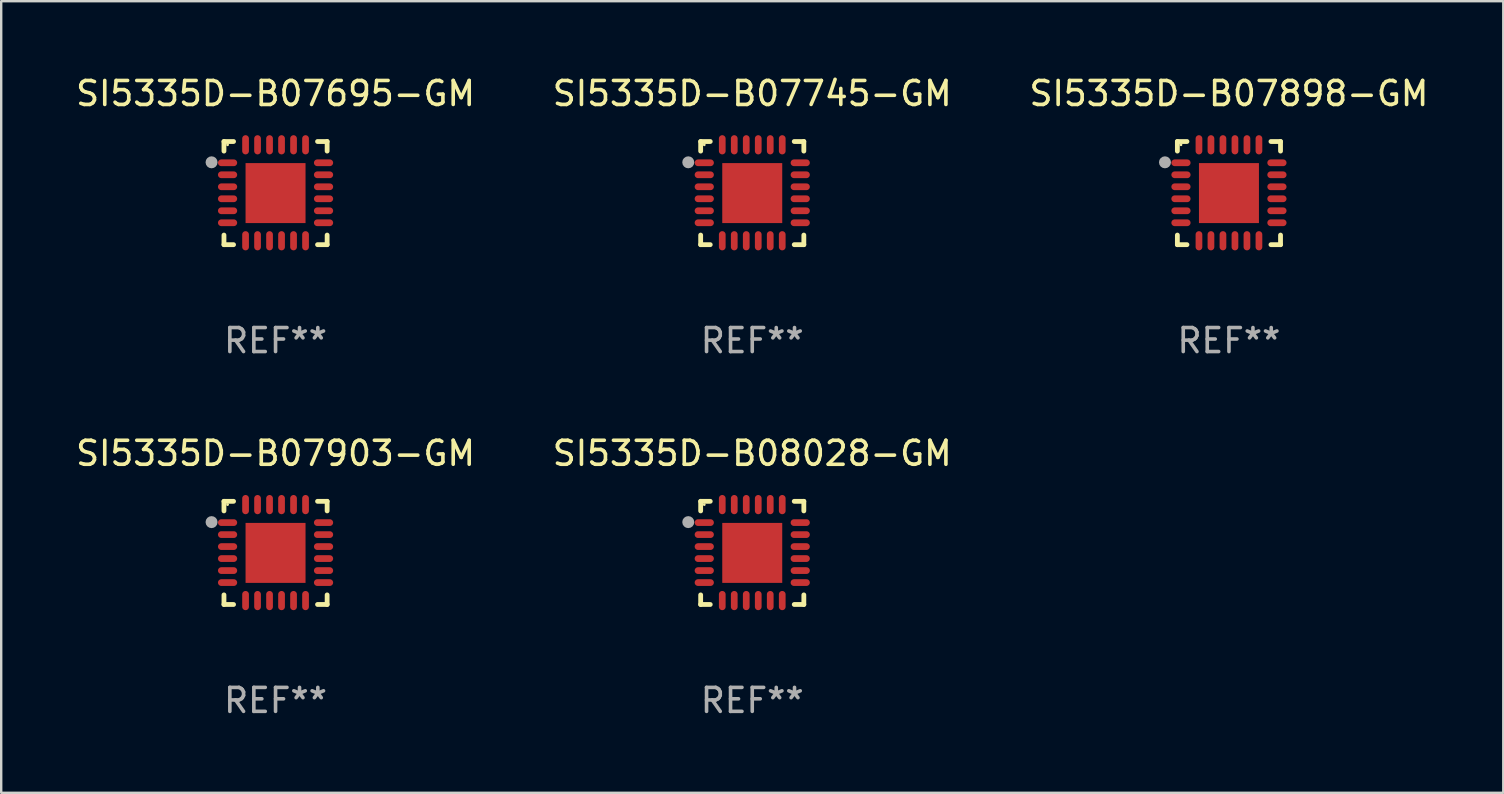
<source format=kicad_pcb>
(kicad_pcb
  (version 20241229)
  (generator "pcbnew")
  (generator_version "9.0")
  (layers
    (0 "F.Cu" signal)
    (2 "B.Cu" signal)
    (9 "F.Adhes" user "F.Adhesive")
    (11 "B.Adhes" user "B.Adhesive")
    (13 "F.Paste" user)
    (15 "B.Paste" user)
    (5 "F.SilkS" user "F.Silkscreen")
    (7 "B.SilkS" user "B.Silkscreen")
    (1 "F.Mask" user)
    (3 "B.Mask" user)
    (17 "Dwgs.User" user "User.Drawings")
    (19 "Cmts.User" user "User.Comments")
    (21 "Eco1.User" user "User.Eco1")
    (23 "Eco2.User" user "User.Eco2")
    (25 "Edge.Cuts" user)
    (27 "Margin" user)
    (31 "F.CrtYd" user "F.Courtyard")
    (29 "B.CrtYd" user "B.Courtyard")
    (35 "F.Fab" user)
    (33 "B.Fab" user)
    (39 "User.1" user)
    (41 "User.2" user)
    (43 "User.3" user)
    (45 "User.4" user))
  (footprint "SI5335D-B08028-GM"
    (layer "F.Cu")
    (at 28.304 19.995)
    (property "Reference" "SI5335D-B08028-GM" (at 0 -4.15 0) (layer "F.SilkS") (effects (font (size 1 1) (thickness 0.15))))
    (attr through_hole)
    (fp_line (start -2.15 -2.15) (end -1.75 -2.15) (stroke (width 0.2) (type solid)) (layer "F.SilkS"))
    (fp_line (start -2.15 -1.75) (end -2.15 -2.15) (stroke (width 0.2) (type solid)) (layer "F.SilkS"))
    (fp_line (start -2.15 2.15) (end -2.15 1.75) (stroke (width 0.2) (type solid)) (layer "F.SilkS"))
    (fp_line (start -1.75 2.15) (end -2.15 2.15) (stroke (width 0.2) (type solid)) (layer "F.SilkS"))
    (fp_line (start 1.75 -2.15) (end 2.15 -2.15) (stroke (width 0.2) (type solid)) (layer "F.SilkS"))
    (fp_line (start 1.75 2.15) (end 2.15 2.15) (stroke (width 0.2) (type solid)) (layer "F.SilkS"))
    (fp_line (start 2.15 -2.15) (end 2.15 -1.75) (stroke (width 0.2) (type solid)) (layer "F.SilkS"))
    (fp_line (start 2.15 2.15) (end 2.15 1.75) (stroke (width 0.2) (type solid)) (layer "F.SilkS"))
    (fp_circle (center -2 -2.013) (end -1.97 -2.013) (stroke (width 0.06) (type solid)) (fill no) (layer "F.SilkS"))
    (fp_circle (center -2.667 -1.283) (end -2.542 -1.283) (stroke (width 0.25) (type solid)) (fill no) (layer "F.Fab"))
    (fp_text user "REF**" (at 0 6.15 0) (layer "F.Fab") (effects (font (size 1 1) (thickness 0.15))))
    (pad "1" smd oval (at -2 -1.263) (size 0.8 0.28) (layers "F.Cu" "F.Mask" "F.Paste"))
    (pad "2" smd oval (at -2 -0.763) (size 0.8 0.28) (layers "F.Cu" "F.Mask" "F.Paste"))
    (pad "3" smd oval (at -2 -0.263) (size 0.8 0.28) (layers "F.Cu" "F.Mask" "F.Paste"))
    (pad "4" smd oval (at -2 0.237) (size 0.8 0.28) (layers "F.Cu" "F.Mask" "F.Paste"))
    (pad "5" smd oval (at -2 0.737) (size 0.8 0.28) (layers "F.Cu" "F.Mask" "F.Paste"))
    (pad "6" smd oval (at -2 1.237) (size 0.8 0.28) (layers "F.Cu" "F.Mask" "F.Paste"))
    (pad "7" smd oval (at -1.25 1.987) (size 0.28 0.8) (layers "F.Cu" "F.Mask" "F.Paste"))
    (pad "8" smd oval (at -0.75 1.987) (size 0.28 0.8) (layers "F.Cu" "F.Mask" "F.Paste"))
    (pad "9" smd oval (at -0.25 1.987) (size 0.28 0.8) (layers "F.Cu" "F.Mask" "F.Paste"))
    (pad "10" smd oval (at 0.25 1.987) (size 0.28 0.8) (layers "F.Cu" "F.Mask" "F.Paste"))
    (pad "11" smd oval (at 0.75 1.987) (size 0.28 0.8) (layers "F.Cu" "F.Mask" "F.Paste"))
    (pad "12" smd oval (at 1.25 1.987) (size 0.28 0.8) (layers "F.Cu" "F.Mask" "F.Paste"))
    (pad "13" smd oval (at 2 1.237) (size 0.8 0.28) (layers "F.Cu" "F.Mask" "F.Paste"))
    (pad "14" smd oval (at 2 0.737) (size 0.8 0.28) (layers "F.Cu" "F.Mask" "F.Paste"))
    (pad "15" smd oval (at 2 0.237) (size 0.8 0.28) (layers "F.Cu" "F.Mask" "F.Paste"))
    (pad "16" smd oval (at 2 -0.263) (size 0.8 0.28) (layers "F.Cu" "F.Mask" "F.Paste"))
    (pad "17" smd oval (at 2 -0.763) (size 0.8 0.28) (layers "F.Cu" "F.Mask" "F.Paste"))
    (pad "18" smd oval (at 2 -1.263) (size 0.8 0.28) (layers "F.Cu" "F.Mask" "F.Paste"))
    (pad "19" smd oval (at 1.25 -2.013) (size 0.28 0.8) (layers "F.Cu" "F.Mask" "F.Paste"))
    (pad "20" smd oval (at 0.75 -2.013) (size 0.28 0.8) (layers "F.Cu" "F.Mask" "F.Paste"))
    (pad "21" smd oval (at 0.25 -2.013) (size 0.28 0.8) (layers "F.Cu" "F.Mask" "F.Paste"))
    (pad "22" smd oval (at -0.25 -2.013) (size 0.28 0.8) (layers "F.Cu" "F.Mask" "F.Paste"))
    (pad "23" smd oval (at -0.75 -2.013) (size 0.28 0.8) (layers "F.Cu" "F.Mask" "F.Paste"))
    (pad "24" smd oval (at -1.25 -2.013) (size 0.28 0.8) (layers "F.Cu" "F.Mask" "F.Paste"))
    (pad "25" smd rect (at -0.000127 -0.00014) (size 2.5 2.5) (layers "F.Cu" "F.Mask" "F.Paste")))
  (footprint "SI5335D-B07898-GM"
    (layer "F.Cu")
    (at 48.173 4.998)
    (property "Reference" "SI5335D-B07898-GM" (at 0 -4.15 0) (layer "F.SilkS") (effects (font (size 1 1) (thickness 0.15))))
    (attr through_hole)
    (fp_line (start -2.15 -2.15) (end -1.75 -2.15) (stroke (width 0.2) (type solid)) (layer "F.SilkS"))
    (fp_line (start -2.15 -1.75) (end -2.15 -2.15) (stroke (width 0.2) (type solid)) (layer "F.SilkS"))
    (fp_line (start -2.15 2.15) (end -2.15 1.75) (stroke (width 0.2) (type solid)) (layer "F.SilkS"))
    (fp_line (start -1.75 2.15) (end -2.15 2.15) (stroke (width 0.2) (type solid)) (layer "F.SilkS"))
    (fp_line (start 1.75 -2.15) (end 2.15 -2.15) (stroke (width 0.2) (type solid)) (layer "F.SilkS"))
    (fp_line (start 1.75 2.15) (end 2.15 2.15) (stroke (width 0.2) (type solid)) (layer "F.SilkS"))
    (fp_line (start 2.15 -2.15) (end 2.15 -1.75) (stroke (width 0.2) (type solid)) (layer "F.SilkS"))
    (fp_line (start 2.15 2.15) (end 2.15 1.75) (stroke (width 0.2) (type solid)) (layer "F.SilkS"))
    (fp_circle (center -2 -2.013) (end -1.97 -2.013) (stroke (width 0.06) (type solid)) (fill no) (layer "F.SilkS"))
    (fp_circle (center -2.667 -1.283) (end -2.542 -1.283) (stroke (width 0.25) (type solid)) (fill no) (layer "F.Fab"))
    (fp_text user "REF**" (at 0 6.15 0) (layer "F.Fab") (effects (font (size 1 1) (thickness 0.15))))
    (pad "1" smd oval (at -2 -1.263) (size 0.8 0.28) (layers "F.Cu" "F.Mask" "F.Paste"))
    (pad "2" smd oval (at -2 -0.763) (size 0.8 0.28) (layers "F.Cu" "F.Mask" "F.Paste"))
    (pad "3" smd oval (at -2 -0.263) (size 0.8 0.28) (layers "F.Cu" "F.Mask" "F.Paste"))
    (pad "4" smd oval (at -2 0.237) (size 0.8 0.28) (layers "F.Cu" "F.Mask" "F.Paste"))
    (pad "5" smd oval (at -2 0.737) (size 0.8 0.28) (layers "F.Cu" "F.Mask" "F.Paste"))
    (pad "6" smd oval (at -2 1.237) (size 0.8 0.28) (layers "F.Cu" "F.Mask" "F.Paste"))
    (pad "7" smd oval (at -1.25 1.987) (size 0.28 0.8) (layers "F.Cu" "F.Mask" "F.Paste"))
    (pad "8" smd oval (at -0.75 1.987) (size 0.28 0.8) (layers "F.Cu" "F.Mask" "F.Paste"))
    (pad "9" smd oval (at -0.25 1.987) (size 0.28 0.8) (layers "F.Cu" "F.Mask" "F.Paste"))
    (pad "10" smd oval (at 0.25 1.987) (size 0.28 0.8) (layers "F.Cu" "F.Mask" "F.Paste"))
    (pad "11" smd oval (at 0.75 1.987) (size 0.28 0.8) (layers "F.Cu" "F.Mask" "F.Paste"))
    (pad "12" smd oval (at 1.25 1.987) (size 0.28 0.8) (layers "F.Cu" "F.Mask" "F.Paste"))
    (pad "13" smd oval (at 2 1.237) (size 0.8 0.28) (layers "F.Cu" "F.Mask" "F.Paste"))
    (pad "14" smd oval (at 2 0.737) (size 0.8 0.28) (layers "F.Cu" "F.Mask" "F.Paste"))
    (pad "15" smd oval (at 2 0.237) (size 0.8 0.28) (layers "F.Cu" "F.Mask" "F.Paste"))
    (pad "16" smd oval (at 2 -0.263) (size 0.8 0.28) (layers "F.Cu" "F.Mask" "F.Paste"))
    (pad "17" smd oval (at 2 -0.763) (size 0.8 0.28) (layers "F.Cu" "F.Mask" "F.Paste"))
    (pad "18" smd oval (at 2 -1.263) (size 0.8 0.28) (layers "F.Cu" "F.Mask" "F.Paste"))
    (pad "19" smd oval (at 1.25 -2.013) (size 0.28 0.8) (layers "F.Cu" "F.Mask" "F.Paste"))
    (pad "20" smd oval (at 0.75 -2.013) (size 0.28 0.8) (layers "F.Cu" "F.Mask" "F.Paste"))
    (pad "21" smd oval (at 0.25 -2.013) (size 0.28 0.8) (layers "F.Cu" "F.Mask" "F.Paste"))
    (pad "22" smd oval (at -0.25 -2.013) (size 0.28 0.8) (layers "F.Cu" "F.Mask" "F.Paste"))
    (pad "23" smd oval (at -0.75 -2.013) (size 0.28 0.8) (layers "F.Cu" "F.Mask" "F.Paste"))
    (pad "24" smd oval (at -1.25 -2.013) (size 0.28 0.8) (layers "F.Cu" "F.Mask" "F.Paste"))
    (pad "25" smd rect (at -0.000127 -0.00014) (size 2.5 2.5) (layers "F.Cu" "F.Mask" "F.Paste")))
  (footprint "SI5335D-B07903-GM"
    (layer "F.Cu")
    (at 8.435 19.995)
    (property "Reference" "SI5335D-B07903-GM" (at 0 -4.15 0) (layer "F.SilkS") (effects (font (size 1 1) (thickness 0.15))))
    (attr through_hole)
    (fp_line (start -2.15 -2.15) (end -1.75 -2.15) (stroke (width 0.2) (type solid)) (layer "F.SilkS"))
    (fp_line (start -2.15 -1.75) (end -2.15 -2.15) (stroke (width 0.2) (type solid)) (layer "F.SilkS"))
    (fp_line (start -2.15 2.15) (end -2.15 1.75) (stroke (width 0.2) (type solid)) (layer "F.SilkS"))
    (fp_line (start -1.75 2.15) (end -2.15 2.15) (stroke (width 0.2) (type solid)) (layer "F.SilkS"))
    (fp_line (start 1.75 -2.15) (end 2.15 -2.15) (stroke (width 0.2) (type solid)) (layer "F.SilkS"))
    (fp_line (start 1.75 2.15) (end 2.15 2.15) (stroke (width 0.2) (type solid)) (layer "F.SilkS"))
    (fp_line (start 2.15 -2.15) (end 2.15 -1.75) (stroke (width 0.2) (type solid)) (layer "F.SilkS"))
    (fp_line (start 2.15 2.15) (end 2.15 1.75) (stroke (width 0.2) (type solid)) (layer "F.SilkS"))
    (fp_circle (center -2 -2.013) (end -1.97 -2.013) (stroke (width 0.06) (type solid)) (fill no) (layer "F.SilkS"))
    (fp_circle (center -2.667 -1.283) (end -2.542 -1.283) (stroke (width 0.25) (type solid)) (fill no) (layer "F.Fab"))
    (fp_text user "REF**" (at 0 6.15 0) (layer "F.Fab") (effects (font (size 1 1) (thickness 0.15))))
    (pad "1" smd oval (at -2 -1.263) (size 0.8 0.28) (layers "F.Cu" "F.Mask" "F.Paste"))
    (pad "2" smd oval (at -2 -0.763) (size 0.8 0.28) (layers "F.Cu" "F.Mask" "F.Paste"))
    (pad "3" smd oval (at -2 -0.263) (size 0.8 0.28) (layers "F.Cu" "F.Mask" "F.Paste"))
    (pad "4" smd oval (at -2 0.237) (size 0.8 0.28) (layers "F.Cu" "F.Mask" "F.Paste"))
    (pad "5" smd oval (at -2 0.737) (size 0.8 0.28) (layers "F.Cu" "F.Mask" "F.Paste"))
    (pad "6" smd oval (at -2 1.237) (size 0.8 0.28) (layers "F.Cu" "F.Mask" "F.Paste"))
    (pad "7" smd oval (at -1.25 1.987) (size 0.28 0.8) (layers "F.Cu" "F.Mask" "F.Paste"))
    (pad "8" smd oval (at -0.75 1.987) (size 0.28 0.8) (layers "F.Cu" "F.Mask" "F.Paste"))
    (pad "9" smd oval (at -0.25 1.987) (size 0.28 0.8) (layers "F.Cu" "F.Mask" "F.Paste"))
    (pad "10" smd oval (at 0.25 1.987) (size 0.28 0.8) (layers "F.Cu" "F.Mask" "F.Paste"))
    (pad "11" smd oval (at 0.75 1.987) (size 0.28 0.8) (layers "F.Cu" "F.Mask" "F.Paste"))
    (pad "12" smd oval (at 1.25 1.987) (size 0.28 0.8) (layers "F.Cu" "F.Mask" "F.Paste"))
    (pad "13" smd oval (at 2 1.237) (size 0.8 0.28) (layers "F.Cu" "F.Mask" "F.Paste"))
    (pad "14" smd oval (at 2 0.737) (size 0.8 0.28) (layers "F.Cu" "F.Mask" "F.Paste"))
    (pad "15" smd oval (at 2 0.237) (size 0.8 0.28) (layers "F.Cu" "F.Mask" "F.Paste"))
    (pad "16" smd oval (at 2 -0.263) (size 0.8 0.28) (layers "F.Cu" "F.Mask" "F.Paste"))
    (pad "17" smd oval (at 2 -0.763) (size 0.8 0.28) (layers "F.Cu" "F.Mask" "F.Paste"))
    (pad "18" smd oval (at 2 -1.263) (size 0.8 0.28) (layers "F.Cu" "F.Mask" "F.Paste"))
    (pad "19" smd oval (at 1.25 -2.013) (size 0.28 0.8) (layers "F.Cu" "F.Mask" "F.Paste"))
    (pad "20" smd oval (at 0.75 -2.013) (size 0.28 0.8) (layers "F.Cu" "F.Mask" "F.Paste"))
    (pad "21" smd oval (at 0.25 -2.013) (size 0.28 0.8) (layers "F.Cu" "F.Mask" "F.Paste"))
    (pad "22" smd oval (at -0.25 -2.013) (size 0.28 0.8) (layers "F.Cu" "F.Mask" "F.Paste"))
    (pad "23" smd oval (at -0.75 -2.013) (size 0.28 0.8) (layers "F.Cu" "F.Mask" "F.Paste"))
    (pad "24" smd oval (at -1.25 -2.013) (size 0.28 0.8) (layers "F.Cu" "F.Mask" "F.Paste"))
    (pad "25" smd rect (at -0.000127 -0.00014) (size 2.5 2.5) (layers "F.Cu" "F.Mask" "F.Paste")))
  (footprint "SI5335D-B07695-GM"
    (layer "F.Cu")
    (at 8.435 4.998)
    (property "Reference" "SI5335D-B07695-GM" (at 0 -4.15 0) (layer "F.SilkS") (effects (font (size 1 1) (thickness 0.15))))
    (attr through_hole)
    (fp_line (start -2.15 -2.15) (end -1.75 -2.15) (stroke (width 0.2) (type solid)) (layer "F.SilkS"))
    (fp_line (start -2.15 -1.75) (end -2.15 -2.15) (stroke (width 0.2) (type solid)) (layer "F.SilkS"))
    (fp_line (start -2.15 2.15) (end -2.15 1.75) (stroke (width 0.2) (type solid)) (layer "F.SilkS"))
    (fp_line (start -1.75 2.15) (end -2.15 2.15) (stroke (width 0.2) (type solid)) (layer "F.SilkS"))
    (fp_line (start 1.75 -2.15) (end 2.15 -2.15) (stroke (width 0.2) (type solid)) (layer "F.SilkS"))
    (fp_line (start 1.75 2.15) (end 2.15 2.15) (stroke (width 0.2) (type solid)) (layer "F.SilkS"))
    (fp_line (start 2.15 -2.15) (end 2.15 -1.75) (stroke (width 0.2) (type solid)) (layer "F.SilkS"))
    (fp_line (start 2.15 2.15) (end 2.15 1.75) (stroke (width 0.2) (type solid)) (layer "F.SilkS"))
    (fp_circle (center -2 -2.013) (end -1.97 -2.013) (stroke (width 0.06) (type solid)) (fill no) (layer "F.SilkS"))
    (fp_circle (center -2.667 -1.283) (end -2.542 -1.283) (stroke (width 0.25) (type solid)) (fill no) (layer "F.Fab"))
    (fp_text user "REF**" (at 0 6.15 0) (layer "F.Fab") (effects (font (size 1 1) (thickness 0.15))))
    (pad "1" smd oval (at -2 -1.263) (size 0.8 0.28) (layers "F.Cu" "F.Mask" "F.Paste"))
    (pad "2" smd oval (at -2 -0.763) (size 0.8 0.28) (layers "F.Cu" "F.Mask" "F.Paste"))
    (pad "3" smd oval (at -2 -0.263) (size 0.8 0.28) (layers "F.Cu" "F.Mask" "F.Paste"))
    (pad "4" smd oval (at -2 0.237) (size 0.8 0.28) (layers "F.Cu" "F.Mask" "F.Paste"))
    (pad "5" smd oval (at -2 0.737) (size 0.8 0.28) (layers "F.Cu" "F.Mask" "F.Paste"))
    (pad "6" smd oval (at -2 1.237) (size 0.8 0.28) (layers "F.Cu" "F.Mask" "F.Paste"))
    (pad "7" smd oval (at -1.25 1.987) (size 0.28 0.8) (layers "F.Cu" "F.Mask" "F.Paste"))
    (pad "8" smd oval (at -0.75 1.987) (size 0.28 0.8) (layers "F.Cu" "F.Mask" "F.Paste"))
    (pad "9" smd oval (at -0.25 1.987) (size 0.28 0.8) (layers "F.Cu" "F.Mask" "F.Paste"))
    (pad "10" smd oval (at 0.25 1.987) (size 0.28 0.8) (layers "F.Cu" "F.Mask" "F.Paste"))
    (pad "11" smd oval (at 0.75 1.987) (size 0.28 0.8) (layers "F.Cu" "F.Mask" "F.Paste"))
    (pad "12" smd oval (at 1.25 1.987) (size 0.28 0.8) (layers "F.Cu" "F.Mask" "F.Paste"))
    (pad "13" smd oval (at 2 1.237) (size 0.8 0.28) (layers "F.Cu" "F.Mask" "F.Paste"))
    (pad "14" smd oval (at 2 0.737) (size 0.8 0.28) (layers "F.Cu" "F.Mask" "F.Paste"))
    (pad "15" smd oval (at 2 0.237) (size 0.8 0.28) (layers "F.Cu" "F.Mask" "F.Paste"))
    (pad "16" smd oval (at 2 -0.263) (size 0.8 0.28) (layers "F.Cu" "F.Mask" "F.Paste"))
    (pad "17" smd oval (at 2 -0.763) (size 0.8 0.28) (layers "F.Cu" "F.Mask" "F.Paste"))
    (pad "18" smd oval (at 2 -1.263) (size 0.8 0.28) (layers "F.Cu" "F.Mask" "F.Paste"))
    (pad "19" smd oval (at 1.25 -2.013) (size 0.28 0.8) (layers "F.Cu" "F.Mask" "F.Paste"))
    (pad "20" smd oval (at 0.75 -2.013) (size 0.28 0.8) (layers "F.Cu" "F.Mask" "F.Paste"))
    (pad "21" smd oval (at 0.25 -2.013) (size 0.28 0.8) (layers "F.Cu" "F.Mask" "F.Paste"))
    (pad "22" smd oval (at -0.25 -2.013) (size 0.28 0.8) (layers "F.Cu" "F.Mask" "F.Paste"))
    (pad "23" smd oval (at -0.75 -2.013) (size 0.28 0.8) (layers "F.Cu" "F.Mask" "F.Paste"))
    (pad "24" smd oval (at -1.25 -2.013) (size 0.28 0.8) (layers "F.Cu" "F.Mask" "F.Paste"))
    (pad "25" smd rect (at -0.000127 -0.00014) (size 2.5 2.5) (layers "F.Cu" "F.Mask" "F.Paste")))
  (footprint "SI5335D-B07745-GM"
    (layer "F.Cu")
    (at 28.304 4.998)
    (property "Reference" "SI5335D-B07745-GM" (at 0 -4.15 0) (layer "F.SilkS") (effects (font (size 1 1) (thickness 0.15))))
    (attr through_hole)
    (fp_line (start -2.15 -2.15) (end -1.75 -2.15) (stroke (width 0.2) (type solid)) (layer "F.SilkS"))
    (fp_line (start -2.15 -1.75) (end -2.15 -2.15) (stroke (width 0.2) (type solid)) (layer "F.SilkS"))
    (fp_line (start -2.15 2.15) (end -2.15 1.75) (stroke (width 0.2) (type solid)) (layer "F.SilkS"))
    (fp_line (start -1.75 2.15) (end -2.15 2.15) (stroke (width 0.2) (type solid)) (layer "F.SilkS"))
    (fp_line (start 1.75 -2.15) (end 2.15 -2.15) (stroke (width 0.2) (type solid)) (layer "F.SilkS"))
    (fp_line (start 1.75 2.15) (end 2.15 2.15) (stroke (width 0.2) (type solid)) (layer "F.SilkS"))
    (fp_line (start 2.15 -2.15) (end 2.15 -1.75) (stroke (width 0.2) (type solid)) (layer "F.SilkS"))
    (fp_line (start 2.15 2.15) (end 2.15 1.75) (stroke (width 0.2) (type solid)) (layer "F.SilkS"))
    (fp_circle (center -2 -2.013) (end -1.97 -2.013) (stroke (width 0.06) (type solid)) (fill no) (layer "F.SilkS"))
    (fp_circle (center -2.667 -1.283) (end -2.542 -1.283) (stroke (width 0.25) (type solid)) (fill no) (layer "F.Fab"))
    (fp_text user "REF**" (at 0 6.15 0) (layer "F.Fab") (effects (font (size 1 1) (thickness 0.15))))
    (pad "1" smd oval (at -2 -1.263) (size 0.8 0.28) (layers "F.Cu" "F.Mask" "F.Paste"))
    (pad "2" smd oval (at -2 -0.763) (size 0.8 0.28) (layers "F.Cu" "F.Mask" "F.Paste"))
    (pad "3" smd oval (at -2 -0.263) (size 0.8 0.28) (layers "F.Cu" "F.Mask" "F.Paste"))
    (pad "4" smd oval (at -2 0.237) (size 0.8 0.28) (layers "F.Cu" "F.Mask" "F.Paste"))
    (pad "5" smd oval (at -2 0.737) (size 0.8 0.28) (layers "F.Cu" "F.Mask" "F.Paste"))
    (pad "6" smd oval (at -2 1.237) (size 0.8 0.28) (layers "F.Cu" "F.Mask" "F.Paste"))
    (pad "7" smd oval (at -1.25 1.987) (size 0.28 0.8) (layers "F.Cu" "F.Mask" "F.Paste"))
    (pad "8" smd oval (at -0.75 1.987) (size 0.28 0.8) (layers "F.Cu" "F.Mask" "F.Paste"))
    (pad "9" smd oval (at -0.25 1.987) (size 0.28 0.8) (layers "F.Cu" "F.Mask" "F.Paste"))
    (pad "10" smd oval (at 0.25 1.987) (size 0.28 0.8) (layers "F.Cu" "F.Mask" "F.Paste"))
    (pad "11" smd oval (at 0.75 1.987) (size 0.28 0.8) (layers "F.Cu" "F.Mask" "F.Paste"))
    (pad "12" smd oval (at 1.25 1.987) (size 0.28 0.8) (layers "F.Cu" "F.Mask" "F.Paste"))
    (pad "13" smd oval (at 2 1.237) (size 0.8 0.28) (layers "F.Cu" "F.Mask" "F.Paste"))
    (pad "14" smd oval (at 2 0.737) (size 0.8 0.28) (layers "F.Cu" "F.Mask" "F.Paste"))
    (pad "15" smd oval (at 2 0.237) (size 0.8 0.28) (layers "F.Cu" "F.Mask" "F.Paste"))
    (pad "16" smd oval (at 2 -0.263) (size 0.8 0.28) (layers "F.Cu" "F.Mask" "F.Paste"))
    (pad "17" smd oval (at 2 -0.763) (size 0.8 0.28) (layers "F.Cu" "F.Mask" "F.Paste"))
    (pad "18" smd oval (at 2 -1.263) (size 0.8 0.28) (layers "F.Cu" "F.Mask" "F.Paste"))
    (pad "19" smd oval (at 1.25 -2.013) (size 0.28 0.8) (layers "F.Cu" "F.Mask" "F.Paste"))
    (pad "20" smd oval (at 0.75 -2.013) (size 0.28 0.8) (layers "F.Cu" "F.Mask" "F.Paste"))
    (pad "21" smd oval (at 0.25 -2.013) (size 0.28 0.8) (layers "F.Cu" "F.Mask" "F.Paste"))
    (pad "22" smd oval (at -0.25 -2.013) (size 0.28 0.8) (layers "F.Cu" "F.Mask" "F.Paste"))
    (pad "23" smd oval (at -0.75 -2.013) (size 0.28 0.8) (layers "F.Cu" "F.Mask" "F.Paste"))
    (pad "24" smd oval (at -1.25 -2.013) (size 0.28 0.8) (layers "F.Cu" "F.Mask" "F.Paste"))
    (pad "25" smd rect (at -0.000127 -0.00014) (size 2.5 2.5) (layers "F.Cu" "F.Mask" "F.Paste")))
  (gr_rect
    (start -3 -3)
    (end 59.607 29.993)
    (stroke (width 0.1) (type default))
    (fill no)
    (layer "Edge.Cuts")))
</source>
